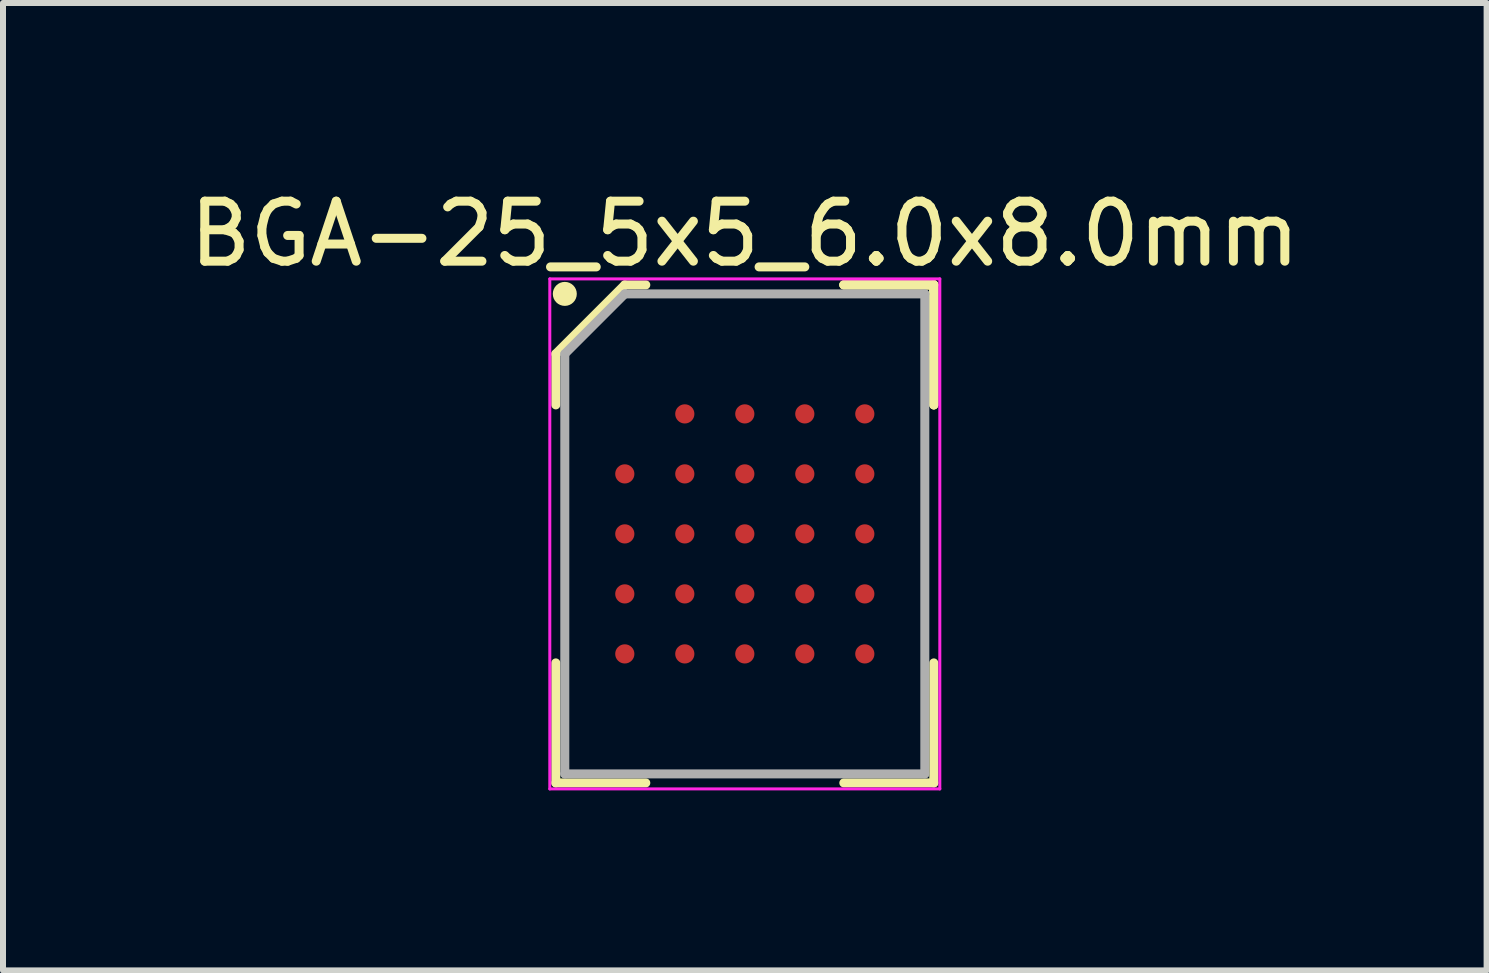
<source format=kicad_pcb>
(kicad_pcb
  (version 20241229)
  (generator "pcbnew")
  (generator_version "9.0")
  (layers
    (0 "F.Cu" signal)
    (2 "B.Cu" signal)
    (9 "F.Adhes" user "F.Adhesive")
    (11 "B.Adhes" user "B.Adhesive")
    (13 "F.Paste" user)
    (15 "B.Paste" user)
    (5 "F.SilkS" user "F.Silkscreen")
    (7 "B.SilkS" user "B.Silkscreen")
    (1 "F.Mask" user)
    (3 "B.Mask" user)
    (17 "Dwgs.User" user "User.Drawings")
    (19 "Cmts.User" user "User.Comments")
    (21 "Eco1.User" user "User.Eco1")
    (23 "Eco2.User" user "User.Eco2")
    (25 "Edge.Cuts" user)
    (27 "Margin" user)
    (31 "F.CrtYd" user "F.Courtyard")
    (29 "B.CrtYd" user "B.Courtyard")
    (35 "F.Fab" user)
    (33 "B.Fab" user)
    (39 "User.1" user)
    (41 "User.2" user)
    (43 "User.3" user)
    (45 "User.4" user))
  (footprint "BGA-25_5x5_6.0x8.0mm"
    (layer "F.Cu")
    (at 9.363 5.848)
    (property "Reference" "BGA-25_5x5_6.0x8.0mm" (at 0 -5 0) (layer "F.SilkS") (effects (font (size 1 1) (thickness 0.15))))
    (attr smd)
    (fp_line (start -3.15 -3) (end -3.15 -2.15) (stroke (width 0.15) (type solid)) (layer "F.SilkS"))
    (fp_line (start -3.15 4.15) (end -3.15 2.15) (stroke (width 0.15) (type solid)) (layer "F.SilkS"))
    (fp_line (start -2 -4.15) (end -3.15 -3) (stroke (width 0.15) (type solid)) (layer "F.SilkS"))
    (fp_line (start -1.65 -4.15) (end -2 -4.15) (stroke (width 0.15) (type solid)) (layer "F.SilkS"))
    (fp_line (start -1.65 4.15) (end -3.15 4.15) (stroke (width 0.15) (type solid)) (layer "F.SilkS"))
    (fp_line (start 1.65 -4.15) (end 3.15 -4.15) (stroke (width 0.15) (type solid)) (layer "F.SilkS"))
    (fp_line (start 1.65 -4.15) (end 3.15 -4.15) (stroke (width 0.15) (type solid)) (layer "F.SilkS"))
    (fp_line (start 1.65 -4.15) (end 3.15 -4.15) (stroke (width 0.15) (type solid)) (layer "F.SilkS"))
    (fp_line (start 1.65 4.15) (end 3.15 4.15) (stroke (width 0.15) (type solid)) (layer "F.SilkS"))
    (fp_line (start 3.15 -4.15) (end 3.15 -2.15) (stroke (width 0.15) (type solid)) (layer "F.SilkS"))
    (fp_line (start 3.15 -4.15) (end 3.15 -2.15) (stroke (width 0.15) (type solid)) (layer "F.SilkS"))
    (fp_line (start 3.15 -4.15) (end 3.15 -2.15) (stroke (width 0.15) (type solid)) (layer "F.SilkS"))
    (fp_line (start 3.15 4.15) (end 3.15 2.15) (stroke (width 0.15) (type solid)) (layer "F.SilkS"))
    (fp_circle (center -3 -4) (end -3 -3.9) (stroke (width 0.2) (type solid)) (fill no) (layer "F.SilkS"))
    (fp_line (start -3.25 -4.25) (end 3.25 -4.25) (stroke (width 0.05) (type solid)) (layer "F.CrtYd"))
    (fp_line (start -3.25 4.25) (end -3.25 -4.25) (stroke (width 0.05) (type solid)) (layer "F.CrtYd"))
    (fp_line (start 3.25 -4.25) (end 3.25 4.25) (stroke (width 0.05) (type solid)) (layer "F.CrtYd"))
    (fp_line (start 3.25 4.25) (end -3.25 4.25) (stroke (width 0.05) (type solid)) (layer "F.CrtYd"))
    (fp_line (start -3 -3) (end -3 4) (stroke (width 0.15) (type solid)) (layer "F.Fab"))
    (fp_line (start -3 4) (end 3 4) (stroke (width 0.15) (type solid)) (layer "F.Fab"))
    (fp_line (start -2 -4) (end -3 -3) (stroke (width 0.15) (type solid)) (layer "F.Fab"))
    (fp_line (start 3 -4) (end -2 -4) (stroke (width 0.15) (type solid)) (layer "F.Fab"))
    (fp_line (start 3 4) (end 3 -4) (stroke (width 0.15) (type solid)) (layer "F.Fab"))
    (pad "A2" smd circle (at -1 -2) (size 0.32 0.32) (layers "F.Cu" "F.Mask" "F.Paste"))
    (pad "A3" smd circle (at 0 -2) (size 0.32 0.32) (layers "F.Cu" "F.Mask" "F.Paste"))
    (pad "A4" smd circle (at 1 -2) (size 0.32 0.32) (layers "F.Cu" "F.Mask" "F.Paste"))
    (pad "A5" smd circle (at 2 -2) (size 0.32 0.32) (layers "F.Cu" "F.Mask" "F.Paste"))
    (pad "B1" smd circle (at -2 -1) (size 0.32 0.32) (layers "F.Cu" "F.Mask" "F.Paste"))
    (pad "B2" smd circle (at -1 -1) (size 0.32 0.32) (layers "F.Cu" "F.Mask" "F.Paste"))
    (pad "B3" smd circle (at 0 -1) (size 0.32 0.32) (layers "F.Cu" "F.Mask" "F.Paste"))
    (pad "B4" smd circle (at 1 -1) (size 0.32 0.32) (layers "F.Cu" "F.Mask" "F.Paste"))
    (pad "B5" smd circle (at 2 -1) (size 0.32 0.32) (layers "F.Cu" "F.Mask" "F.Paste"))
    (pad "C1" smd circle (at -2 0) (size 0.32 0.32) (layers "F.Cu" "F.Mask" "F.Paste"))
    (pad "C2" smd circle (at -1 0) (size 0.32 0.32) (layers "F.Cu" "F.Mask" "F.Paste"))
    (pad "C3" smd circle (at 0 0) (size 0.32 0.32) (layers "F.Cu" "F.Mask" "F.Paste"))
    (pad "C4" smd circle (at 1 0) (size 0.32 0.32) (layers "F.Cu" "F.Mask" "F.Paste"))
    (pad "C5" smd circle (at 2 0) (size 0.32 0.32) (layers "F.Cu" "F.Mask" "F.Paste"))
    (pad "D1" smd circle (at -2 1) (size 0.32 0.32) (layers "F.Cu" "F.Mask" "F.Paste"))
    (pad "D2" smd circle (at -1 1) (size 0.32 0.32) (layers "F.Cu" "F.Mask" "F.Paste"))
    (pad "D3" smd circle (at 0 1) (size 0.32 0.32) (layers "F.Cu" "F.Mask" "F.Paste"))
    (pad "D4" smd circle (at 1 1) (size 0.32 0.32) (layers "F.Cu" "F.Mask" "F.Paste"))
    (pad "D5" smd circle (at 2 1) (size 0.32 0.32) (layers "F.Cu" "F.Mask" "F.Paste"))
    (pad "E1" smd circle (at -2 2) (size 0.32 0.32) (layers "F.Cu" "F.Mask" "F.Paste"))
    (pad "E2" smd circle (at -1 2) (size 0.32 0.32) (layers "F.Cu" "F.Mask" "F.Paste"))
    (pad "E3" smd circle (at 0 2) (size 0.32 0.32) (layers "F.Cu" "F.Mask" "F.Paste"))
    (pad "E4" smd circle (at 1 2) (size 0.32 0.32) (layers "F.Cu" "F.Mask" "F.Paste"))
    (pad "E5" smd circle (at 2 2) (size 0.32 0.32) (layers "F.Cu" "F.Mask" "F.Paste")))
  (gr_rect
    (start -3 -3)
    (end 21.726 13.123)
    (stroke (width 0.1) (type default))
    (fill no)
    (layer "Edge.Cuts")))
</source>
